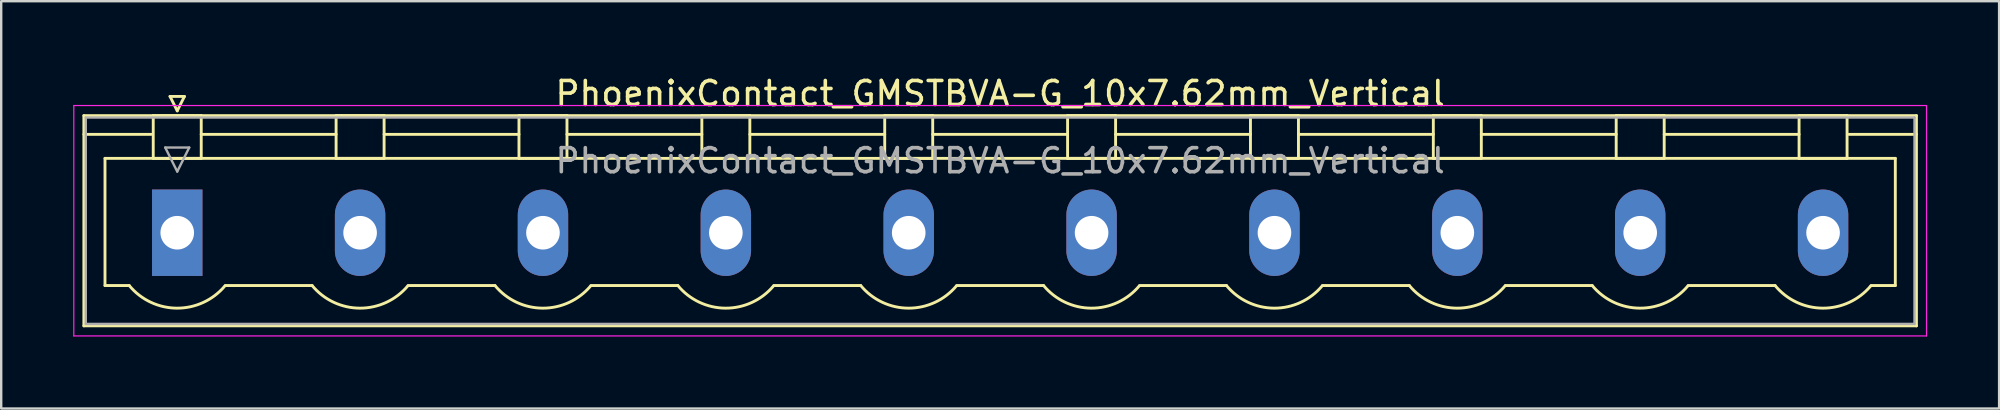
<source format=kicad_pcb>
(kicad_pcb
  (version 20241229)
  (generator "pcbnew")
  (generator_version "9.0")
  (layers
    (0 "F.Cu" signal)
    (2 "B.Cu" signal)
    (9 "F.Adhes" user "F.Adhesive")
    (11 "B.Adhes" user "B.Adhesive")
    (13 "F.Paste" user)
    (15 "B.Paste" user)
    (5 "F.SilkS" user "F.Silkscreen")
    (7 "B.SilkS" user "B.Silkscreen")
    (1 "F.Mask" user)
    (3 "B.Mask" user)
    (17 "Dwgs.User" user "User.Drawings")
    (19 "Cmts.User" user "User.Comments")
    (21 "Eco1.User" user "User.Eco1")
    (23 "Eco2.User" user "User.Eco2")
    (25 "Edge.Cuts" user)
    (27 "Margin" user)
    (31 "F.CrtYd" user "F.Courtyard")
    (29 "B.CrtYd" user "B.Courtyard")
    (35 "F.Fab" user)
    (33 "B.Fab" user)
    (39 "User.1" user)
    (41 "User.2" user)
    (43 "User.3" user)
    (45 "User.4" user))
  (footprint "PhoenixContact_GMSTBVA-G_10x7.62mm_Vertical"
    (layer "F.Cu")
    (at 4.335 6.648)
    (property "Reference" "PhoenixContact_GMSTBVA-G_10x7.62mm_Vertical" (at 34.29 -5.8 0) (layer "F.SilkS") (effects (font (size 1 1) (thickness 0.15))))
    (attr through_hole)
    (fp_line (start -3.89 -4.88) (end -3.89 3.88) (stroke (width 0.12) (type solid)) (layer "F.SilkS"))
    (fp_line (start -3.89 -4.1) (end -1.08 -4.1) (stroke (width 0.12) (type solid)) (layer "F.SilkS"))
    (fp_line (start -3.89 3.88) (end 72.47 3.88) (stroke (width 0.12) (type solid)) (layer "F.SilkS"))
    (fp_line (start -3.01 -3.1) (end 71.59 -3.1) (stroke (width 0.12) (type solid)) (layer "F.SilkS"))
    (fp_line (start -3.01 2.2) (end -3.01 -3.1) (stroke (width 0.12) (type solid)) (layer "F.SilkS"))
    (fp_line (start -2 2.2) (end -3.01 2.2) (stroke (width 0.12) (type solid)) (layer "F.SilkS"))
    (fp_line (start -1 -4.88) (end 1 -4.88) (stroke (width 0.12) (type solid)) (layer "F.SilkS"))
    (fp_line (start -1 -3.1) (end -1 -4.88) (stroke (width 0.12) (type solid)) (layer "F.SilkS"))
    (fp_line (start -0.3 -5.68) (end 0.3 -5.68) (stroke (width 0.12) (type solid)) (layer "F.SilkS"))
    (fp_line (start 0 -5.08) (end -0.3 -5.68) (stroke (width 0.12) (type solid)) (layer "F.SilkS"))
    (fp_line (start 0.3 -5.68) (end 0 -5.08) (stroke (width 0.12) (type solid)) (layer "F.SilkS"))
    (fp_line (start 1 -4.88) (end 1 -3.1) (stroke (width 0.12) (type solid)) (layer "F.SilkS"))
    (fp_line (start 1 -4.1) (end 6.62 -4.1) (stroke (width 0.12) (type solid)) (layer "F.SilkS"))
    (fp_line (start 1 -3.1) (end -1 -3.1) (stroke (width 0.12) (type solid)) (layer "F.SilkS"))
    (fp_line (start 2 2.2) (end 5.62 2.2) (stroke (width 0.12) (type solid)) (layer "F.SilkS"))
    (fp_line (start 6.62 -4.88) (end 8.62 -4.88) (stroke (width 0.12) (type solid)) (layer "F.SilkS"))
    (fp_line (start 6.62 -3.1) (end 6.62 -4.88) (stroke (width 0.12) (type solid)) (layer "F.SilkS"))
    (fp_line (start 8.62 -4.88) (end 8.62 -3.1) (stroke (width 0.12) (type solid)) (layer "F.SilkS"))
    (fp_line (start 8.62 -4.1) (end 14.24 -4.1) (stroke (width 0.12) (type solid)) (layer "F.SilkS"))
    (fp_line (start 8.62 -3.1) (end 6.62 -3.1) (stroke (width 0.12) (type solid)) (layer "F.SilkS"))
    (fp_line (start 9.62 2.2) (end 13.24 2.2) (stroke (width 0.12) (type solid)) (layer "F.SilkS"))
    (fp_line (start 14.24 -4.88) (end 16.24 -4.88) (stroke (width 0.12) (type solid)) (layer "F.SilkS"))
    (fp_line (start 14.24 -3.1) (end 14.24 -4.88) (stroke (width 0.12) (type solid)) (layer "F.SilkS"))
    (fp_line (start 16.24 -4.88) (end 16.24 -3.1) (stroke (width 0.12) (type solid)) (layer "F.SilkS"))
    (fp_line (start 16.24 -4.1) (end 21.86 -4.1) (stroke (width 0.12) (type solid)) (layer "F.SilkS"))
    (fp_line (start 16.24 -3.1) (end 14.24 -3.1) (stroke (width 0.12) (type solid)) (layer "F.SilkS"))
    (fp_line (start 17.24 2.2) (end 20.86 2.2) (stroke (width 0.12) (type solid)) (layer "F.SilkS"))
    (fp_line (start 21.86 -4.88) (end 23.86 -4.88) (stroke (width 0.12) (type solid)) (layer "F.SilkS"))
    (fp_line (start 21.86 -3.1) (end 21.86 -4.88) (stroke (width 0.12) (type solid)) (layer "F.SilkS"))
    (fp_line (start 23.86 -4.88) (end 23.86 -3.1) (stroke (width 0.12) (type solid)) (layer "F.SilkS"))
    (fp_line (start 23.86 -4.1) (end 29.48 -4.1) (stroke (width 0.12) (type solid)) (layer "F.SilkS"))
    (fp_line (start 23.86 -3.1) (end 21.86 -3.1) (stroke (width 0.12) (type solid)) (layer "F.SilkS"))
    (fp_line (start 24.86 2.2) (end 28.48 2.2) (stroke (width 0.12) (type solid)) (layer "F.SilkS"))
    (fp_line (start 29.48 -4.88) (end 31.48 -4.88) (stroke (width 0.12) (type solid)) (layer "F.SilkS"))
    (fp_line (start 29.48 -3.1) (end 29.48 -4.88) (stroke (width 0.12) (type solid)) (layer "F.SilkS"))
    (fp_line (start 31.48 -4.88) (end 31.48 -3.1) (stroke (width 0.12) (type solid)) (layer "F.SilkS"))
    (fp_line (start 31.48 -4.1) (end 37.1 -4.1) (stroke (width 0.12) (type solid)) (layer "F.SilkS"))
    (fp_line (start 31.48 -3.1) (end 29.48 -3.1) (stroke (width 0.12) (type solid)) (layer "F.SilkS"))
    (fp_line (start 32.48 2.2) (end 36.1 2.2) (stroke (width 0.12) (type solid)) (layer "F.SilkS"))
    (fp_line (start 37.1 -4.88) (end 39.1 -4.88) (stroke (width 0.12) (type solid)) (layer "F.SilkS"))
    (fp_line (start 37.1 -3.1) (end 37.1 -4.88) (stroke (width 0.12) (type solid)) (layer "F.SilkS"))
    (fp_line (start 39.1 -4.88) (end 39.1 -3.1) (stroke (width 0.12) (type solid)) (layer "F.SilkS"))
    (fp_line (start 39.1 -4.1) (end 44.72 -4.1) (stroke (width 0.12) (type solid)) (layer "F.SilkS"))
    (fp_line (start 39.1 -3.1) (end 37.1 -3.1) (stroke (width 0.12) (type solid)) (layer "F.SilkS"))
    (fp_line (start 40.1 2.2) (end 43.72 2.2) (stroke (width 0.12) (type solid)) (layer "F.SilkS"))
    (fp_line (start 44.72 -4.88) (end 46.72 -4.88) (stroke (width 0.12) (type solid)) (layer "F.SilkS"))
    (fp_line (start 44.72 -3.1) (end 44.72 -4.88) (stroke (width 0.12) (type solid)) (layer "F.SilkS"))
    (fp_line (start 46.72 -4.88) (end 46.72 -3.1) (stroke (width 0.12) (type solid)) (layer "F.SilkS"))
    (fp_line (start 46.72 -4.1) (end 52.34 -4.1) (stroke (width 0.12) (type solid)) (layer "F.SilkS"))
    (fp_line (start 46.72 -3.1) (end 44.72 -3.1) (stroke (width 0.12) (type solid)) (layer "F.SilkS"))
    (fp_line (start 47.72 2.2) (end 51.34 2.2) (stroke (width 0.12) (type solid)) (layer "F.SilkS"))
    (fp_line (start 52.34 -4.88) (end 54.34 -4.88) (stroke (width 0.12) (type solid)) (layer "F.SilkS"))
    (fp_line (start 52.34 -3.1) (end 52.34 -4.88) (stroke (width 0.12) (type solid)) (layer "F.SilkS"))
    (fp_line (start 54.34 -4.88) (end 54.34 -3.1) (stroke (width 0.12) (type solid)) (layer "F.SilkS"))
    (fp_line (start 54.34 -4.1) (end 59.96 -4.1) (stroke (width 0.12) (type solid)) (layer "F.SilkS"))
    (fp_line (start 54.34 -3.1) (end 52.34 -3.1) (stroke (width 0.12) (type solid)) (layer "F.SilkS"))
    (fp_line (start 55.34 2.2) (end 58.96 2.2) (stroke (width 0.12) (type solid)) (layer "F.SilkS"))
    (fp_line (start 59.96 -4.88) (end 61.96 -4.88) (stroke (width 0.12) (type solid)) (layer "F.SilkS"))
    (fp_line (start 59.96 -3.1) (end 59.96 -4.88) (stroke (width 0.12) (type solid)) (layer "F.SilkS"))
    (fp_line (start 61.96 -4.88) (end 61.96 -3.1) (stroke (width 0.12) (type solid)) (layer "F.SilkS"))
    (fp_line (start 61.96 -4.1) (end 67.58 -4.1) (stroke (width 0.12) (type solid)) (layer "F.SilkS"))
    (fp_line (start 61.96 -3.1) (end 59.96 -3.1) (stroke (width 0.12) (type solid)) (layer "F.SilkS"))
    (fp_line (start 62.96 2.2) (end 66.58 2.2) (stroke (width 0.12) (type solid)) (layer "F.SilkS"))
    (fp_line (start 67.58 -4.88) (end 69.58 -4.88) (stroke (width 0.12) (type solid)) (layer "F.SilkS"))
    (fp_line (start 67.58 -3.1) (end 67.58 -4.88) (stroke (width 0.12) (type solid)) (layer "F.SilkS"))
    (fp_line (start 69.58 -4.88) (end 69.58 -3.1) (stroke (width 0.12) (type solid)) (layer "F.SilkS"))
    (fp_line (start 69.58 -3.1) (end 67.58 -3.1) (stroke (width 0.12) (type solid)) (layer "F.SilkS"))
    (fp_line (start 71.59 -3.1) (end 71.59 2.2) (stroke (width 0.12) (type solid)) (layer "F.SilkS"))
    (fp_line (start 71.59 2.2) (end 70.58 2.2) (stroke (width 0.12) (type solid)) (layer "F.SilkS"))
    (fp_line (start 72.47 -4.88) (end -3.89 -4.88) (stroke (width 0.12) (type solid)) (layer "F.SilkS"))
    (fp_line (start 72.47 -4.1) (end 69.66 -4.1) (stroke (width 0.12) (type solid)) (layer "F.SilkS"))
    (fp_line (start 72.47 3.88) (end 72.47 -4.88) (stroke (width 0.12) (type solid)) (layer "F.SilkS"))
    (fp_arc (start 1.986842 2.215821) (mid -0.010289 3.142758) (end -2 2.2) (stroke (width 0.12) (type solid)) (layer "F.SilkS"))
    (fp_arc (start 9.606842 2.215821) (mid 7.609711 3.142758) (end 5.62 2.2) (stroke (width 0.12) (type solid)) (layer "F.SilkS"))
    (fp_arc (start 17.226842 2.215821) (mid 15.229711 3.142758) (end 13.24 2.2) (stroke (width 0.12) (type solid)) (layer "F.SilkS"))
    (fp_arc (start 24.846842 2.215821) (mid 22.849711 3.142758) (end 20.86 2.2) (stroke (width 0.12) (type solid)) (layer "F.SilkS"))
    (fp_arc (start 32.466842 2.215821) (mid 30.469711 3.142758) (end 28.48 2.2) (stroke (width 0.12) (type solid)) (layer "F.SilkS"))
    (fp_arc (start 40.086842 2.215821) (mid 38.089711 3.142758) (end 36.1 2.2) (stroke (width 0.12) (type solid)) (layer "F.SilkS"))
    (fp_arc (start 47.706842 2.215821) (mid 45.709711 3.142758) (end 43.72 2.2) (stroke (width 0.12) (type solid)) (layer "F.SilkS"))
    (fp_arc (start 55.326842 2.215821) (mid 53.329711 3.142758) (end 51.34 2.2) (stroke (width 0.12) (type solid)) (layer "F.SilkS"))
    (fp_arc (start 62.946842 2.215821) (mid 60.949711 3.142758) (end 58.96 2.2) (stroke (width 0.12) (type solid)) (layer "F.SilkS"))
    (fp_arc (start 70.566842 2.215821) (mid 68.569711 3.142758) (end 66.58 2.2) (stroke (width 0.12) (type solid)) (layer "F.SilkS"))
    (fp_line (start -4.31 -5.3) (end -4.31 4.3) (stroke (width 0.05) (type solid)) (layer "F.CrtYd"))
    (fp_line (start -4.31 4.3) (end 72.89 4.3) (stroke (width 0.05) (type solid)) (layer "F.CrtYd"))
    (fp_line (start 72.89 -5.3) (end -4.31 -5.3) (stroke (width 0.05) (type solid)) (layer "F.CrtYd"))
    (fp_line (start 72.89 4.3) (end 72.89 -5.3) (stroke (width 0.05) (type solid)) (layer "F.CrtYd"))
    (fp_line (start -3.81 -4.8) (end -3.81 3.8) (stroke (width 0.1) (type solid)) (layer "F.Fab"))
    (fp_line (start -3.81 3.8) (end 72.39 3.8) (stroke (width 0.1) (type solid)) (layer "F.Fab"))
    (fp_line (start -0.5 -3.55) (end 0.5 -3.55) (stroke (width 0.1) (type solid)) (layer "F.Fab"))
    (fp_line (start 0 -2.55) (end -0.5 -3.55) (stroke (width 0.1) (type solid)) (layer "F.Fab"))
    (fp_line (start 0.5 -3.55) (end 0 -2.55) (stroke (width 0.1) (type solid)) (layer "F.Fab"))
    (fp_line (start 72.39 -4.8) (end -3.81 -4.8) (stroke (width 0.1) (type solid)) (layer "F.Fab"))
    (fp_line (start 72.39 3.8) (end 72.39 -4.8) (stroke (width 0.1) (type solid)) (layer "F.Fab"))
    (fp_text user "${REFERENCE}" (at 34.29 -3 0) (layer "F.Fab") (effects (font (size 1 1) (thickness 0.15))))
    (pad "1" thru_hole rect (at 0 0) (size 2.1 3.6) (drill 1.4) (layers "*.Cu" "*.Mask"))
    (pad "2" thru_hole oval (at 7.62 0) (size 2.1 3.6) (drill 1.4) (layers "*.Cu" "*.Mask"))
    (pad "3" thru_hole oval (at 15.24 0) (size 2.1 3.6) (drill 1.4) (layers "*.Cu" "*.Mask"))
    (pad "4" thru_hole oval (at 22.86 0) (size 2.1 3.6) (drill 1.4) (layers "*.Cu" "*.Mask"))
    (pad "5" thru_hole oval (at 30.48 0) (size 2.1 3.6) (drill 1.4) (layers "*.Cu" "*.Mask"))
    (pad "6" thru_hole oval (at 38.1 0) (size 2.1 3.6) (drill 1.4) (layers "*.Cu" "*.Mask"))
    (pad "7" thru_hole oval (at 45.72 0) (size 2.1 3.6) (drill 1.4) (layers "*.Cu" "*.Mask"))
    (pad "8" thru_hole oval (at 53.34 0) (size 2.1 3.6) (drill 1.4) (layers "*.Cu" "*.Mask"))
    (pad "9" thru_hole oval (at 60.96 0) (size 2.1 3.6) (drill 1.4) (layers "*.Cu" "*.Mask"))
    (pad "10" thru_hole oval (at 68.58 0) (size 2.1 3.6) (drill 1.4) (layers "*.Cu" "*.Mask")))
  (gr_rect
    (start -3 -3)
    (end 80.25 13.973)
    (stroke (width 0.1) (type default))
    (fill no)
    (layer "Edge.Cuts")))
</source>
